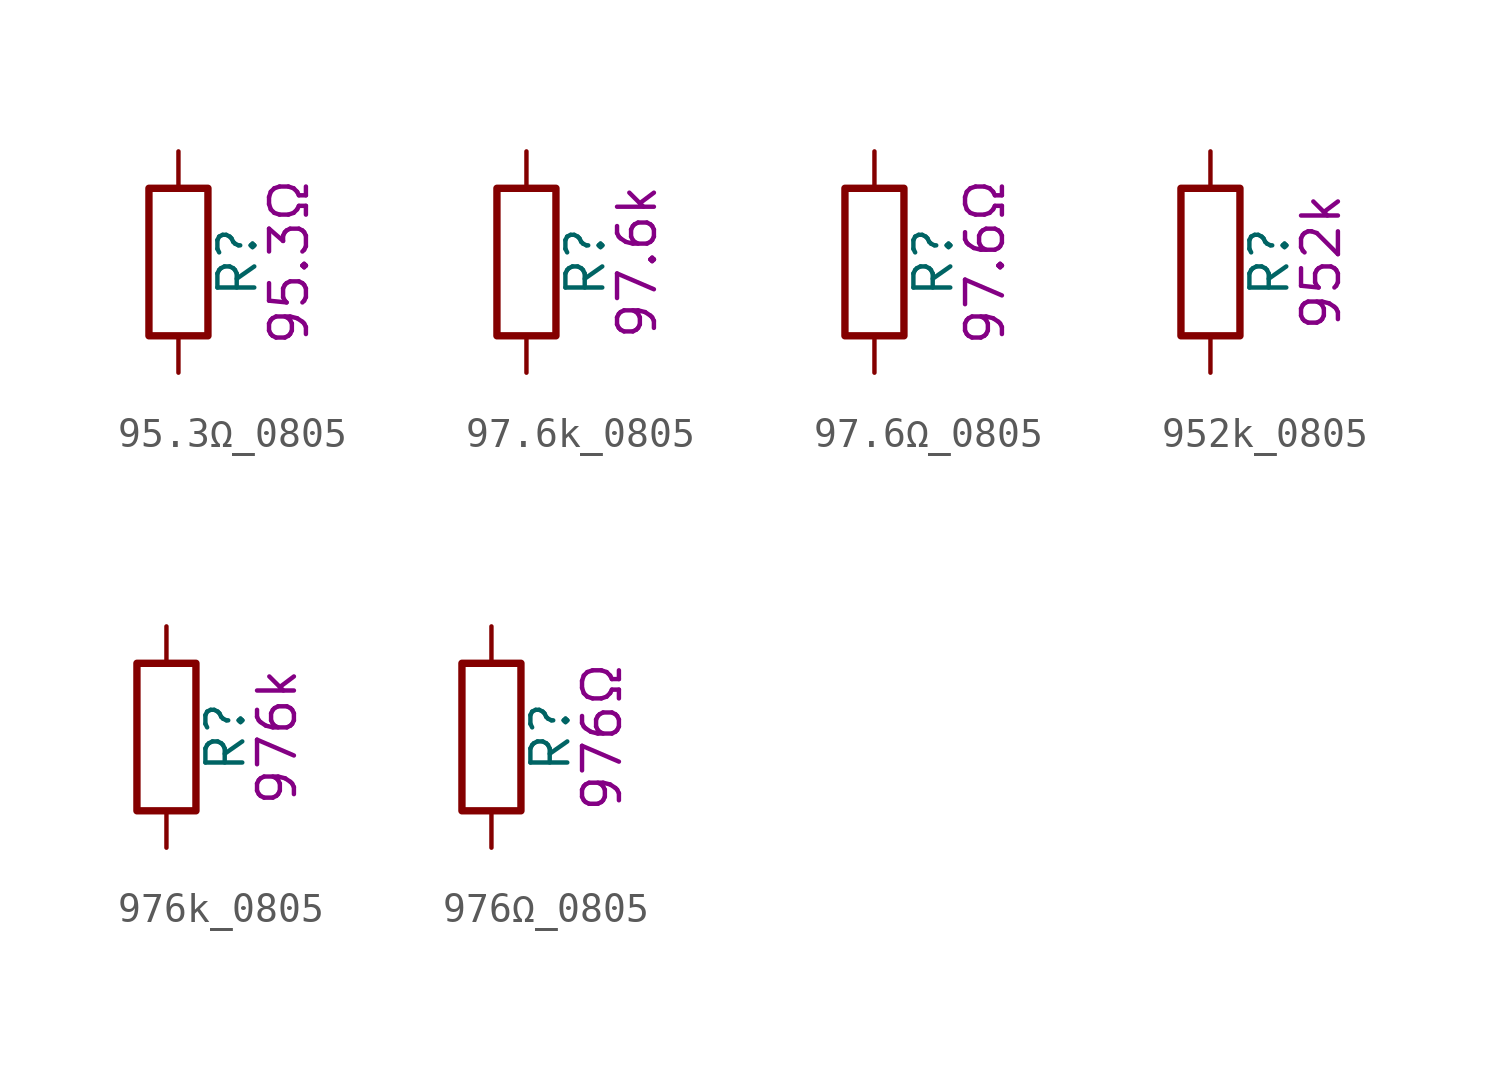
<source format=kicad_sym>
(kicad_symbol_lib
  (version 20211014)
  (generator kicad_symbol_editor)
  (symbol "95.3Ω_0805"
    (pin_numbers hide)
    (pin_names
      (offset 0))
    (property "Reference" "R"
      (at 2.032 0 90)
      (effects (font (size 1.27 1.27))))
    (property "Display" "95.3Ω"
      (at 3.81 0 90)
      (effects (font (size 1.27 1.27))))
    (symbol "95.3Ω_0805_0_1"
      (rectangle (start -1.016 -2.54) (end 1.016 2.54) (stroke (width 0.254) (type default) (color 0 0 0 0)) (fill (type none))))
    (symbol "95.3Ω_0805_1_1"
      (pin passive line (at 0 3.81 270) (length 1.27) (name "~" (effects (font (size 1.27 1.27)))) (number "1" (effects (font (size 1.27 1.27)))))
      (pin passive line (at 0 -3.81 90) (length 1.27) (name "~" (effects (font (size 1.27 1.27)))) (number "2" (effects (font (size 1.27 1.27)))))))
  (symbol "97.6k_0805"
    (pin_numbers hide)
    (pin_names
      (offset 0))
    (property "Reference" "R"
      (at 2.032 0 90)
      (effects (font (size 1.27 1.27))))
    (property "Display" "97.6k"
      (at 3.81 0 90)
      (effects (font (size 1.27 1.27))))
    (symbol "97.6k_0805_0_1"
      (rectangle (start -1.016 -2.54) (end 1.016 2.54) (stroke (width 0.254) (type default) (color 0 0 0 0)) (fill (type none))))
    (symbol "97.6k_0805_1_1"
      (pin passive line (at 0 3.81 270) (length 1.27) (name "~" (effects (font (size 1.27 1.27)))) (number "1" (effects (font (size 1.27 1.27)))))
      (pin passive line (at 0 -3.81 90) (length 1.27) (name "~" (effects (font (size 1.27 1.27)))) (number "2" (effects (font (size 1.27 1.27)))))))
  (symbol "97.6Ω_0805"
    (pin_numbers hide)
    (pin_names
      (offset 0))
    (property "Reference" "R"
      (at 2.032 0 90)
      (effects (font (size 1.27 1.27))))
    (property "Display" "97.6Ω"
      (at 3.81 0 90)
      (effects (font (size 1.27 1.27))))
    (symbol "97.6Ω_0805_0_1"
      (rectangle (start -1.016 -2.54) (end 1.016 2.54) (stroke (width 0.254) (type default) (color 0 0 0 0)) (fill (type none))))
    (symbol "97.6Ω_0805_1_1"
      (pin passive line (at 0 3.81 270) (length 1.27) (name "~" (effects (font (size 1.27 1.27)))) (number "1" (effects (font (size 1.27 1.27)))))
      (pin passive line (at 0 -3.81 90) (length 1.27) (name "~" (effects (font (size 1.27 1.27)))) (number "2" (effects (font (size 1.27 1.27)))))))
  (symbol "952k_0805"
    (pin_numbers hide)
    (pin_names
      (offset 0))
    (property "Reference" "R"
      (at 2.032 0 90)
      (effects (font (size 1.27 1.27))))
    (property "Display" "952k"
      (at 3.81 0 90)
      (effects (font (size 1.27 1.27))))
    (symbol "952k_0805_0_1"
      (rectangle (start -1.016 -2.54) (end 1.016 2.54) (stroke (width 0.254) (type default) (color 0 0 0 0)) (fill (type none))))
    (symbol "952k_0805_1_1"
      (pin passive line (at 0 3.81 270) (length 1.27) (name "~" (effects (font (size 1.27 1.27)))) (number "1" (effects (font (size 1.27 1.27)))))
      (pin passive line (at 0 -3.81 90) (length 1.27) (name "~" (effects (font (size 1.27 1.27)))) (number "2" (effects (font (size 1.27 1.27)))))))
  (symbol "976k_0805"
    (pin_numbers hide)
    (pin_names
      (offset 0))
    (property "Reference" "R"
      (at 2.032 0 90)
      (effects (font (size 1.27 1.27))))
    (property "Display" "976k"
      (at 3.81 0 90)
      (effects (font (size 1.27 1.27))))
    (symbol "976k_0805_0_1"
      (rectangle (start -1.016 -2.54) (end 1.016 2.54) (stroke (width 0.254) (type default) (color 0 0 0 0)) (fill (type none))))
    (symbol "976k_0805_1_1"
      (pin passive line (at 0 3.81 270) (length 1.27) (name "~" (effects (font (size 1.27 1.27)))) (number "1" (effects (font (size 1.27 1.27)))))
      (pin passive line (at 0 -3.81 90) (length 1.27) (name "~" (effects (font (size 1.27 1.27)))) (number "2" (effects (font (size 1.27 1.27)))))))
  (symbol "976Ω_0805"
    (pin_numbers hide)
    (pin_names
      (offset 0))
    (property "Reference" "R"
      (at 2.032 0 90)
      (effects (font (size 1.27 1.27))))
    (property "Display" "976Ω"
      (at 3.81 0 90)
      (effects (font (size 1.27 1.27))))
    (symbol "976Ω_0805_0_1"
      (rectangle (start -1.016 -2.54) (end 1.016 2.54) (stroke (width 0.254) (type default) (color 0 0 0 0)) (fill (type none))))
    (symbol "976Ω_0805_1_1"
      (pin passive line (at 0 3.81 270) (length 1.27) (name "~" (effects (font (size 1.27 1.27)))) (number "1" (effects (font (size 1.27 1.27)))))
      (pin passive line (at 0 -3.81 90) (length 1.27) (name "~" (effects (font (size 1.27 1.27)))) (number "2" (effects (font (size 1.27 1.27))))))))
</source>
